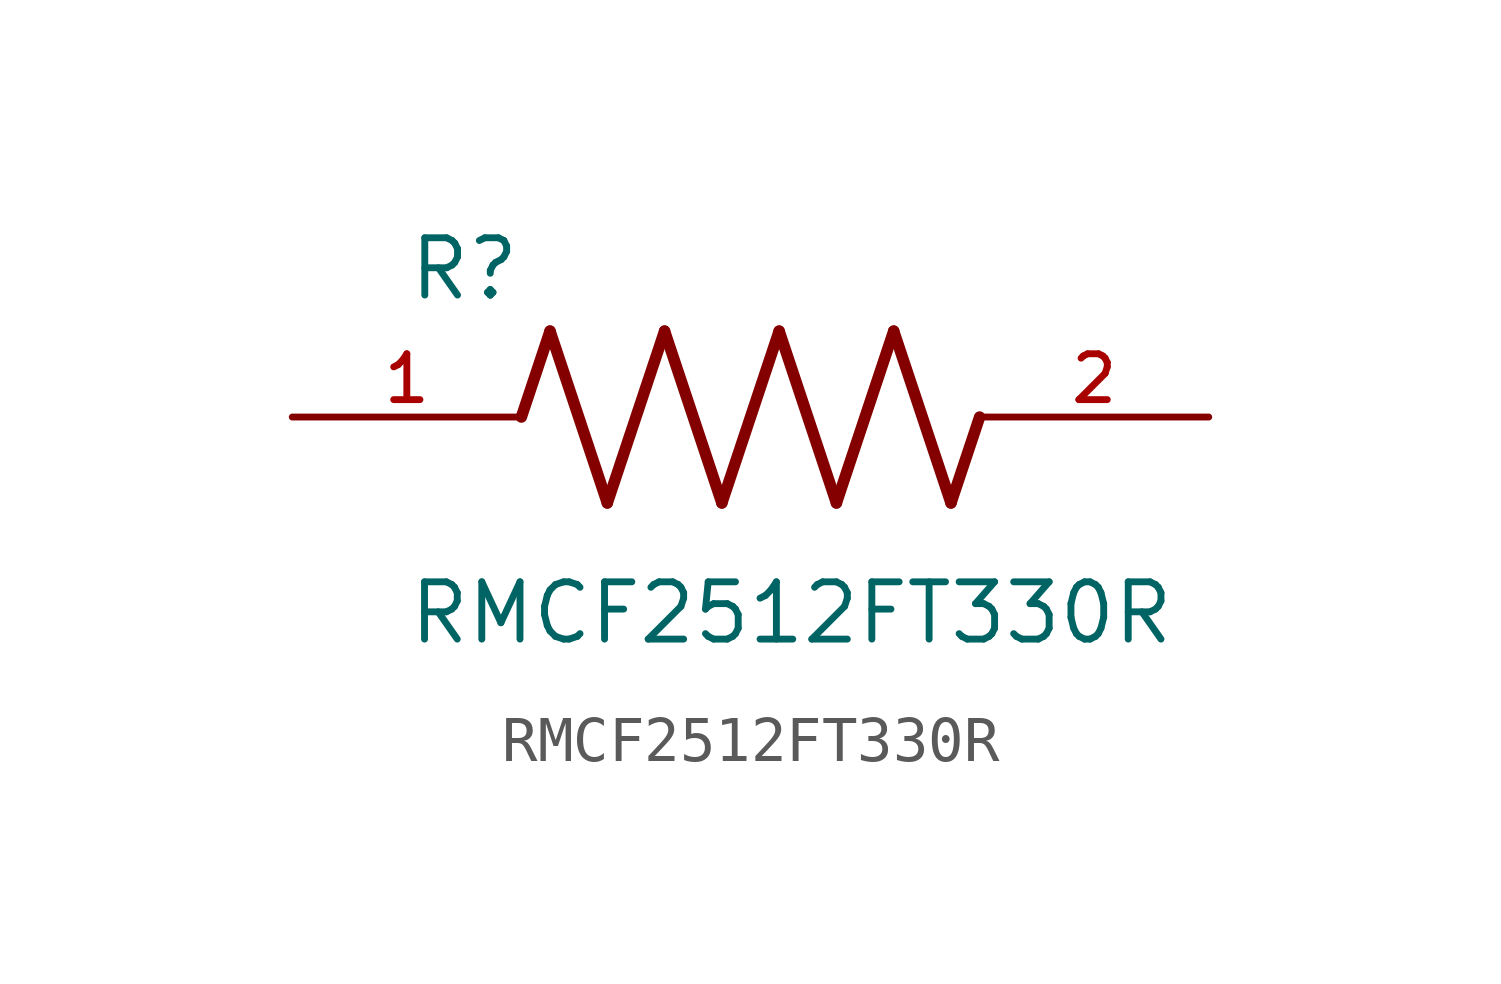
<source format=kicad_sym>
(kicad_symbol_lib
  (version 20211014)
  (generator kicad_symbol_editor)
  (symbol "RMCF2512FT330R"
    (pin_names
      (offset 1.016))
    (property "Reference" "R"
      (at -7.624 2.541 0)
      (effects (font (size 1.27 1.27)) (justify bottom left)))
    (property "Value" "RMCF2512FT330R"
      (at -7.63 -5.087 0)
      (effects (font (size 1.27 1.27)) (justify bottom left)))
    (symbol "RMCF2512FT330R_0_0"
      (polyline (pts (xy -5.08 0.0) (xy -4.445 1.905)) (stroke (width 0.254)))
      (polyline (pts (xy -4.445 1.905) (xy -3.175 -1.905)) (stroke (width 0.254)))
      (polyline (pts (xy -3.175 -1.905) (xy -1.905 1.905)) (stroke (width 0.254)))
      (polyline (pts (xy -1.905 1.905) (xy -0.635 -1.905)) (stroke (width 0.254)))
      (polyline (pts (xy -0.635 -1.905) (xy 0.635 1.905)) (stroke (width 0.254)))
      (polyline (pts (xy 0.635 1.905) (xy 1.905 -1.905)) (stroke (width 0.254)))
      (polyline (pts (xy 1.905 -1.905) (xy 3.175 1.905)) (stroke (width 0.254)))
      (polyline (pts (xy 3.175 1.905) (xy 4.445 -1.905)) (stroke (width 0.254)))
      (polyline (pts (xy 4.445 -1.905) (xy 5.08 0.0)) (stroke (width 0.254)))
      (pin passive line (at -10.16 0.0 0) (length 5.08) (name "~" (effects (font (size 1.016 1.016)))) (number "1" (effects (font (size 1.016 1.016)))))
      (pin passive line (at 10.16 0.0 180.0) (length 5.08) (name "~" (effects (font (size 1.016 1.016)))) (number "2" (effects (font (size 1.016 1.016))))))))
</source>
